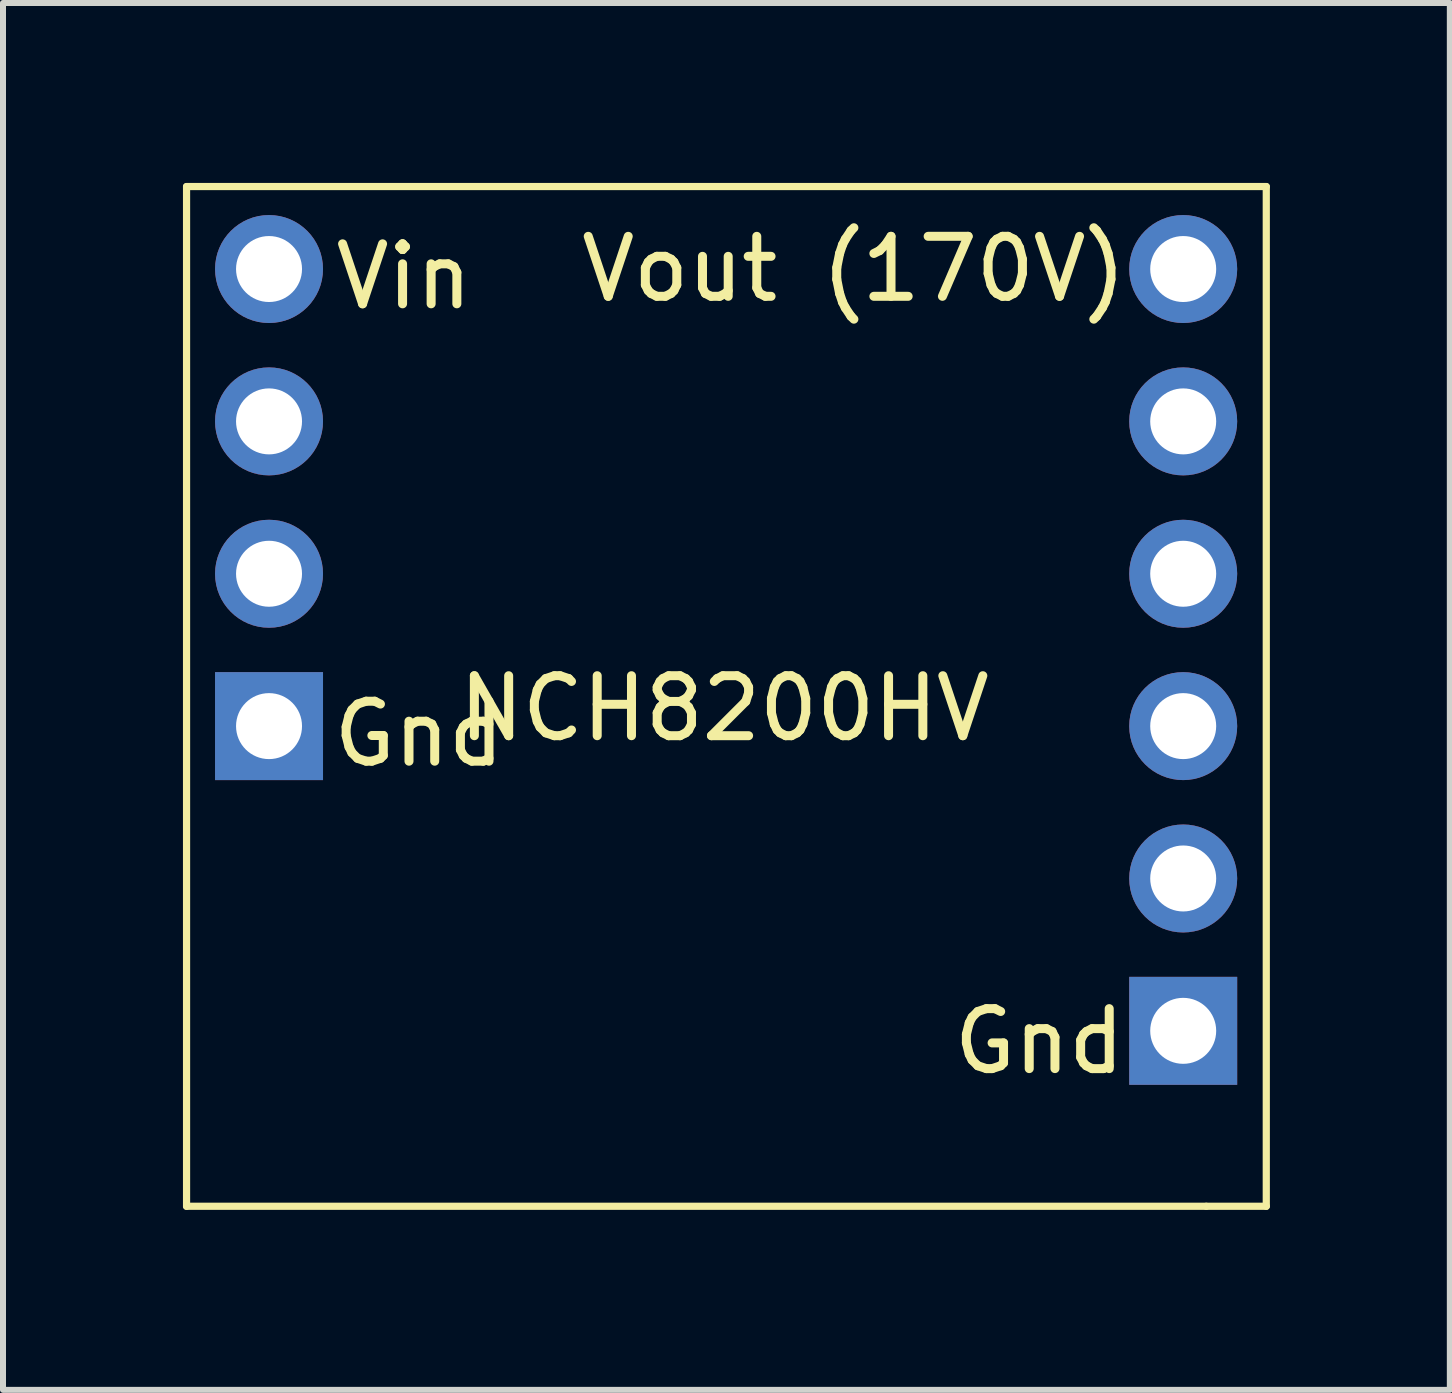
<source format=kicad_pcb>
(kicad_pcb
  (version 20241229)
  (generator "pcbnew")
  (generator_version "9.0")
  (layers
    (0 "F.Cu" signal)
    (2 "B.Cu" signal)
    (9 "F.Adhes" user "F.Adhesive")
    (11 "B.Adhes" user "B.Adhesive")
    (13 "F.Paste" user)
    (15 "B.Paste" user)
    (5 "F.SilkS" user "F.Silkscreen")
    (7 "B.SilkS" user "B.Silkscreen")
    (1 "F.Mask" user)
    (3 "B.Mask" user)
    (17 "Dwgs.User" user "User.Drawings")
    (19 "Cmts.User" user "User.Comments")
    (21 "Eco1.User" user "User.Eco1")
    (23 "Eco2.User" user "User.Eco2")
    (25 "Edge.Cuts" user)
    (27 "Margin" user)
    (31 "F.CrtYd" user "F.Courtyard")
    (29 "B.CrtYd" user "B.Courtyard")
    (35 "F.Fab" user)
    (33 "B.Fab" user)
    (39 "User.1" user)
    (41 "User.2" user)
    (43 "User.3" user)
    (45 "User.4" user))
  (footprint "NCH8200HV"
    (layer "F.Cu")
    (at 9.025 8.56)
    (property "Reference" "NCH8200HV" (at 0 0.2 180) (layer "F.SilkS") (effects (font (size 1 1) (thickness 0.15))))
    (attr through_hole)
    (fp_line (start -8.965 -8.5) (end -8.965 8.5) (stroke (width 0.12) (type solid)) (layer "F.SilkS"))
    (fp_line (start -8.965 -8.5) (end 9.035 -8.5) (stroke (width 0.12) (type solid)) (layer "F.SilkS"))
    (fp_line (start -8.965 8.5) (end 8.035 8.5) (stroke (width 0.12) (type solid)) (layer "F.SilkS"))
    (fp_line (start 9.035 -8.5) (end 9.035 8.5) (stroke (width 0.12) (type solid)) (layer "F.SilkS"))
    (fp_line (start 9.035 8.5) (end 8.035 8.5) (stroke (width 0.12) (type solid)) (layer "F.SilkS"))
    (fp_text user "Gnd" (at 5.25 5.75 0) (layer "F.SilkS") (effects (font (size 1 1) (thickness 0.15))))
    (fp_text user "Vin" (at -5.34 -7 180) (layer "F.SilkS") (effects (font (size 1 1) (thickness 0.15))))
    (fp_text user "Gnd" (at -5.09 0.625 180) (layer "F.SilkS") (effects (font (size 1 1) (thickness 0.15))))
    (fp_text user "Vout (170V)" (at 2.16 -7.125 180) (layer "F.SilkS") (effects (font (size 1 1) (thickness 0.15))))
    (pad "" thru_hole circle (at -7.59 -4.585) (size 1.8 1.8) (drill 1.1) (layers "*.Cu" "*.Mask"))
    (pad "" thru_hole circle (at -7.59 -2.045) (size 1.8 1.8) (drill 1.1) (layers "*.Cu" "*.Mask"))
    (pad "" thru_hole circle (at 7.65 -4.585) (size 1.8 1.8) (drill 1.1) (layers "*.Cu" "*.Mask"))
    (pad "" thru_hole circle (at 7.65 -2.045) (size 1.8 1.8) (drill 1.1) (layers "*.Cu" "*.Mask"))
    (pad "" thru_hole circle (at 7.65 0.495) (size 1.8 1.8) (drill 1.1) (layers "*.Cu" "*.Mask"))
    (pad "" thru_hole circle (at 7.65 3.035) (size 1.8 1.8) (drill 1.1) (layers "*.Cu" "*.Mask"))
    (pad "1" thru_hole circle (at -7.59 -7.125) (size 1.8 1.8) (drill 1.1) (layers "*.Cu" "*.Mask"))
    (pad "2" thru_hole rect (at -7.59 0.495) (size 1.8 1.8) (drill 1.1) (layers "*.Cu" "*.Mask"))
    (pad "3" thru_hole rect (at 7.65 5.575) (size 1.8 1.8) (drill 1.1) (layers "*.Cu" "*.Mask"))
    (pad "4" thru_hole circle (at 7.65 -7.125) (size 1.8 1.8) (drill 1.1) (layers "*.Cu" "*.Mask")))
  (gr_rect
    (start -3 -3)
    (end 21.12 20.12)
    (stroke (width 0.1) (type default))
    (fill no)
    (layer "Edge.Cuts")))
</source>
